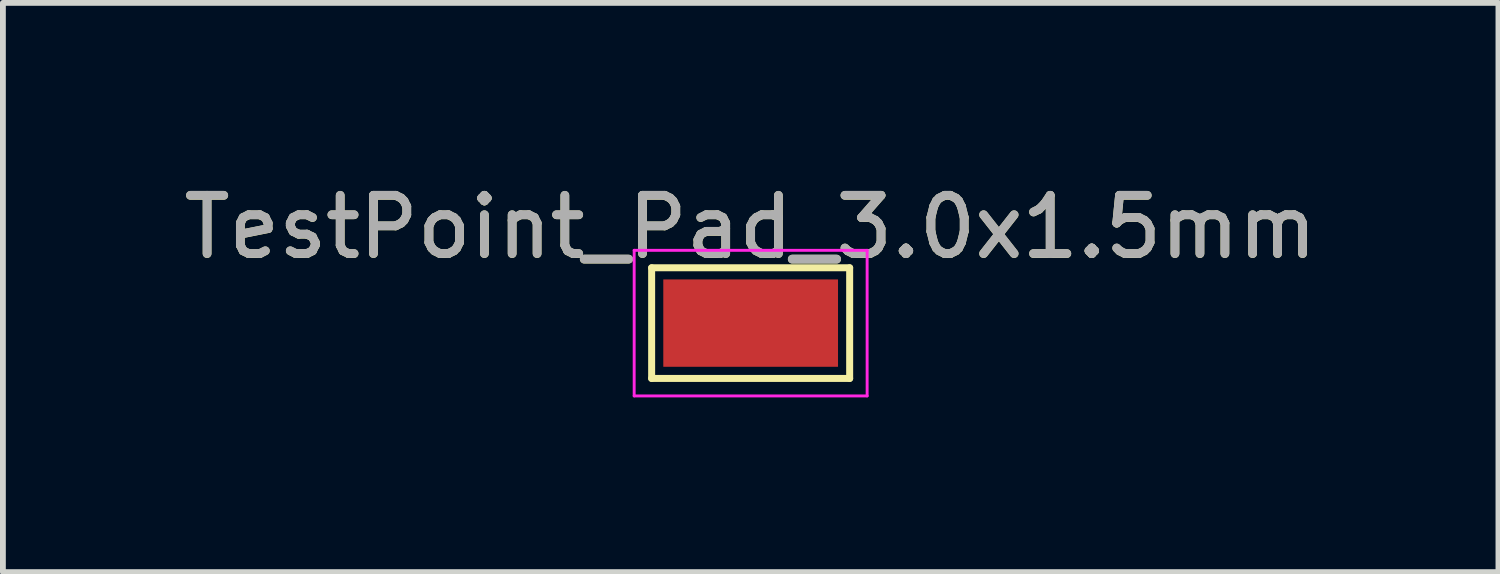
<source format=kicad_pcb>
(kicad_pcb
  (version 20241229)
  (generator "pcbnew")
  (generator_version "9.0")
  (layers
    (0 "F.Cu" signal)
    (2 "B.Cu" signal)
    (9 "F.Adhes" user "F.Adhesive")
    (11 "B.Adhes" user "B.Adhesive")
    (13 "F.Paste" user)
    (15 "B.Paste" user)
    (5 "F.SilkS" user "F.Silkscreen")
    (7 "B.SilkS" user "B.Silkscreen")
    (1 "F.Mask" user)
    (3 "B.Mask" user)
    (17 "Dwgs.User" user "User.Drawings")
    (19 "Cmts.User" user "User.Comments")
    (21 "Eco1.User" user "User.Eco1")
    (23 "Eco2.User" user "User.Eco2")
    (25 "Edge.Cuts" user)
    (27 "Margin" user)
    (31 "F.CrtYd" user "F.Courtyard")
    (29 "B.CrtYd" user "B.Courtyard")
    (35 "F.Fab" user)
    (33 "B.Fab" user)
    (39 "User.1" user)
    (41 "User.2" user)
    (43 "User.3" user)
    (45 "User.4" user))
  (footprint "TestPoint_Pad_3.0x1.5mm"
    (layer "F.Cu")
    (at 9.839 2.498)
    (property "Reference" "TestPoint_Pad_3.0x1.5mm" (at 0 -1.648 0) (layer "F.SilkS") (effects (font (size 1 1) (thickness 0.15))))
    (attr exclude_from_pos_files exclude_from_bom)
    (fp_line (start -1.7 -0.95) (end 1.7 -0.95) (stroke (width 0.12) (type solid)) (layer "F.SilkS"))
    (fp_line (start -1.7 0.95) (end -1.7 -0.95) (stroke (width 0.12) (type solid)) (layer "F.SilkS"))
    (fp_line (start 1.7 -0.95) (end 1.7 0.95) (stroke (width 0.12) (type solid)) (layer "F.SilkS"))
    (fp_line (start 1.7 0.95) (end -1.7 0.95) (stroke (width 0.12) (type solid)) (layer "F.SilkS"))
    (fp_line (start -2 -1.25) (end -2 1.25) (stroke (width 0.05) (type solid)) (layer "F.CrtYd"))
    (fp_line (start -2 -1.25) (end 2 -1.25) (stroke (width 0.05) (type solid)) (layer "F.CrtYd"))
    (fp_line (start 2 1.25) (end -2 1.25) (stroke (width 0.05) (type solid)) (layer "F.CrtYd"))
    (fp_line (start 2 1.25) (end 2 -1.25) (stroke (width 0.05) (type solid)) (layer "F.CrtYd"))
    (fp_text user "${REFERENCE}" (at 0 -1.65 0) (layer "F.Fab") (effects (font (size 1 1) (thickness 0.15))))
    (pad "1" smd rect (at 0 0) (size 3 1.5) (layers "F.Cu" "F.Mask")))
  (gr_rect
    (start -3 -3)
    (end 22.679 6.773)
    (stroke (width 0.1) (type default))
    (fill no)
    (layer "Edge.Cuts")))
</source>
